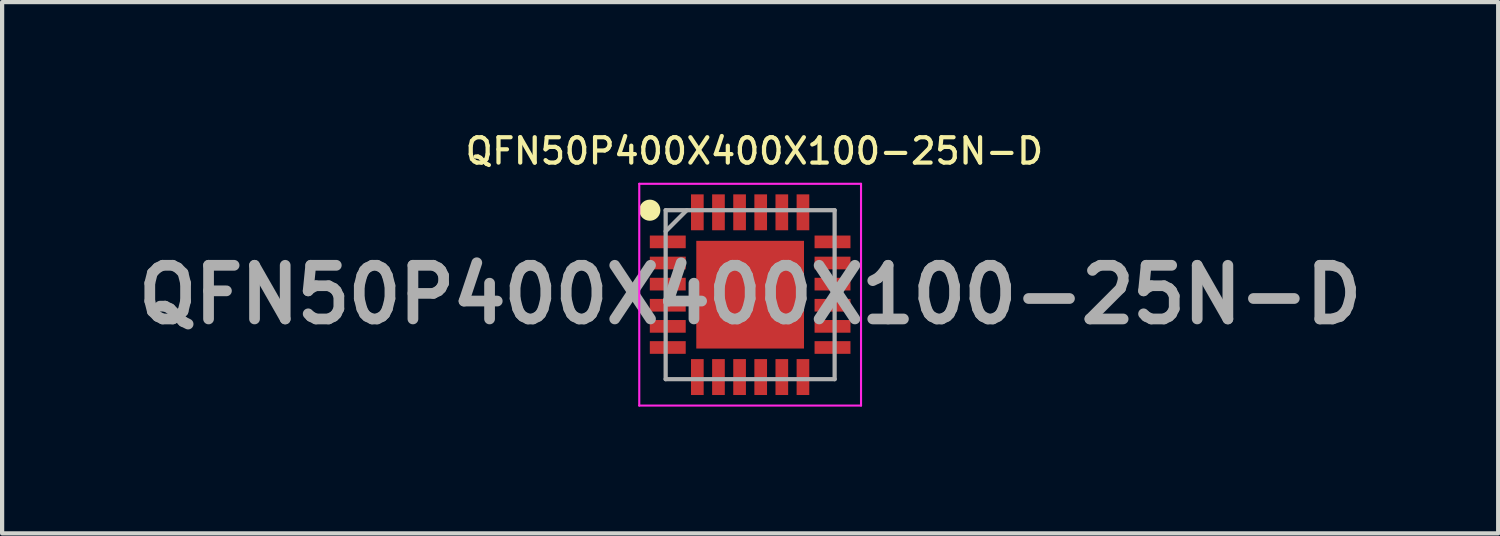
<source format=kicad_pcb>
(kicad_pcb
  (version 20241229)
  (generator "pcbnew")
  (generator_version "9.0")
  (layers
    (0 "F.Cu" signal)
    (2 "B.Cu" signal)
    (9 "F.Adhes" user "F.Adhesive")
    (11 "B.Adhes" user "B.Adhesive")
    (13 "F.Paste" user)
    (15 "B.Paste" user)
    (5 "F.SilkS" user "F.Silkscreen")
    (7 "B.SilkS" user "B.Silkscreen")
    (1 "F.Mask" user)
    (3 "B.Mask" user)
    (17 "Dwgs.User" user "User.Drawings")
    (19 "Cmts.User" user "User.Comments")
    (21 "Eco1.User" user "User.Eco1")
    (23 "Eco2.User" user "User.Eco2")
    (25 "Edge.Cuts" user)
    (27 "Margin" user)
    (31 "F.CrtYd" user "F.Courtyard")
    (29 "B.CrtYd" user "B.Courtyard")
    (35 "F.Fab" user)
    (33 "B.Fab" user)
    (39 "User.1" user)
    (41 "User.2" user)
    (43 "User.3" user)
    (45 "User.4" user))
  (footprint "QFN50P400X400X100-25N-D"
    (layer "F.Cu")
    (at 14.708 3.926)
    (property "Reference" "QFN50P400X400X100-25N-D" (at 0.1 -3.4 0) (layer "F.SilkS") (effects (font (size 0.6 0.6) (thickness 0.1))))
    (attr smd)
    (fp_circle (center -2.375 -2) (end -2.375 -1.875) (stroke (width 0.25) (type solid)) (fill no) (layer "F.SilkS"))
    (fp_line (start -2.625 -2.625) (end 2.625 -2.625) (stroke (width 0.05) (type solid)) (layer "F.CrtYd"))
    (fp_line (start -2.625 2.625) (end -2.625 -2.625) (stroke (width 0.05) (type solid)) (layer "F.CrtYd"))
    (fp_line (start 2.625 -2.625) (end 2.625 2.625) (stroke (width 0.05) (type solid)) (layer "F.CrtYd"))
    (fp_line (start 2.625 2.625) (end -2.625 2.625) (stroke (width 0.05) (type solid)) (layer "F.CrtYd"))
    (fp_line (start -2 -2) (end 2 -2) (stroke (width 0.1) (type solid)) (layer "F.Fab"))
    (fp_line (start -2 -1.5) (end -1.5 -2) (stroke (width 0.1) (type solid)) (layer "F.Fab"))
    (fp_line (start -2 2) (end -2 -2) (stroke (width 0.1) (type solid)) (layer "F.Fab"))
    (fp_line (start 2 -2) (end 2 2) (stroke (width 0.1) (type solid)) (layer "F.Fab"))
    (fp_line (start 2 2) (end -2 2) (stroke (width 0.1) (type solid)) (layer "F.Fab"))
    (fp_text user "${REFERENCE}" (at 0 0 0) (layer "F.Fab") (effects (font (size 1.27 1.27) (thickness 0.254))))
    (pad "1" smd rect (at -1.95 -1.25 90) (size 0.3 0.85) (layers "F.Cu" "F.Mask" "F.Paste"))
    (pad "2" smd rect (at -1.95 -0.75 90) (size 0.3 0.85) (layers "F.Cu" "F.Mask" "F.Paste"))
    (pad "3" smd rect (at -1.95 -0.25 90) (size 0.3 0.85) (layers "F.Cu" "F.Mask" "F.Paste"))
    (pad "4" smd rect (at -1.95 0.25 90) (size 0.3 0.85) (layers "F.Cu" "F.Mask" "F.Paste"))
    (pad "5" smd rect (at -1.95 0.75 90) (size 0.3 0.85) (layers "F.Cu" "F.Mask" "F.Paste"))
    (pad "6" smd rect (at -1.95 1.25 90) (size 0.3 0.85) (layers "F.Cu" "F.Mask" "F.Paste"))
    (pad "7" smd rect (at -1.25 1.95) (size 0.3 0.85) (layers "F.Cu" "F.Mask" "F.Paste"))
    (pad "8" smd rect (at -0.75 1.95) (size 0.3 0.85) (layers "F.Cu" "F.Mask" "F.Paste"))
    (pad "9" smd rect (at -0.25 1.95) (size 0.3 0.85) (layers "F.Cu" "F.Mask" "F.Paste"))
    (pad "10" smd rect (at 0.25 1.95) (size 0.3 0.85) (layers "F.Cu" "F.Mask" "F.Paste"))
    (pad "11" smd rect (at 0.75 1.95) (size 0.3 0.85) (layers "F.Cu" "F.Mask" "F.Paste"))
    (pad "12" smd rect (at 1.25 1.95) (size 0.3 0.85) (layers "F.Cu" "F.Mask" "F.Paste"))
    (pad "13" smd rect (at 1.95 1.25 90) (size 0.3 0.85) (layers "F.Cu" "F.Mask" "F.Paste"))
    (pad "14" smd rect (at 1.95 0.75 90) (size 0.3 0.85) (layers "F.Cu" "F.Mask" "F.Paste"))
    (pad "15" smd rect (at 1.95 0.25 90) (size 0.3 0.85) (layers "F.Cu" "F.Mask" "F.Paste"))
    (pad "16" smd rect (at 1.95 -0.25 90) (size 0.3 0.85) (layers "F.Cu" "F.Mask" "F.Paste"))
    (pad "17" smd rect (at 1.95 -0.75 90) (size 0.3 0.85) (layers "F.Cu" "F.Mask" "F.Paste"))
    (pad "18" smd rect (at 1.95 -1.25 90) (size 0.3 0.85) (layers "F.Cu" "F.Mask" "F.Paste"))
    (pad "19" smd rect (at 1.25 -1.95) (size 0.3 0.85) (layers "F.Cu" "F.Mask" "F.Paste"))
    (pad "20" smd rect (at 0.75 -1.95) (size 0.3 0.85) (layers "F.Cu" "F.Mask" "F.Paste"))
    (pad "21" smd rect (at 0.25 -1.95) (size 0.3 0.85) (layers "F.Cu" "F.Mask" "F.Paste"))
    (pad "22" smd rect (at -0.25 -1.95) (size 0.3 0.85) (layers "F.Cu" "F.Mask" "F.Paste"))
    (pad "23" smd rect (at -0.75 -1.95) (size 0.3 0.85) (layers "F.Cu" "F.Mask" "F.Paste"))
    (pad "24" smd rect (at -1.25 -1.95) (size 0.3 0.85) (layers "F.Cu" "F.Mask" "F.Paste"))
    (pad "25" smd rect (at 0 0) (size 2.55 2.55) (layers "F.Cu" "F.Mask" "F.Paste")))
  (gr_rect
    (start -3 -3)
    (end 32.416 9.576)
    (stroke (width 0.1) (type default))
    (fill no)
    (layer "Edge.Cuts")))
</source>
